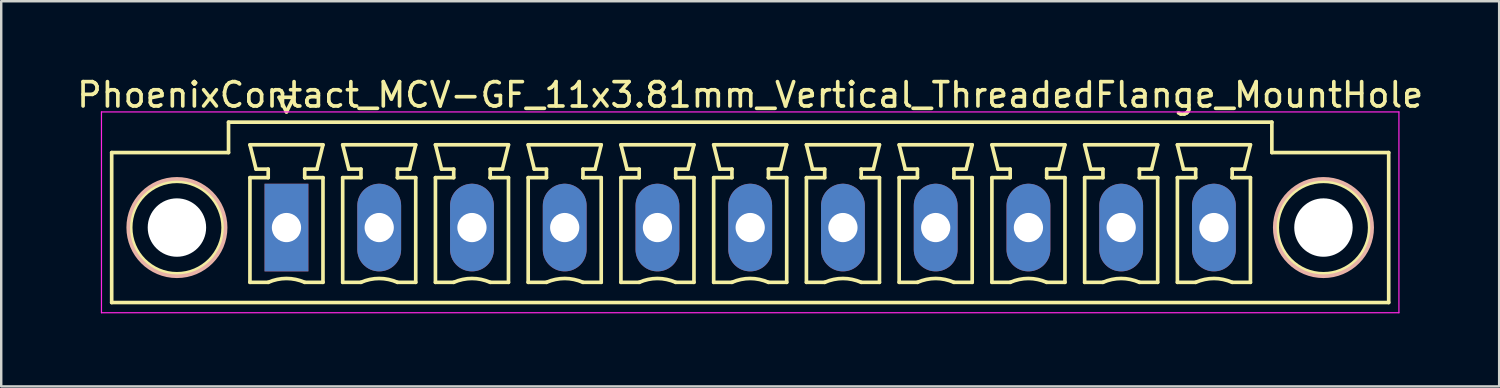
<source format=kicad_pcb>
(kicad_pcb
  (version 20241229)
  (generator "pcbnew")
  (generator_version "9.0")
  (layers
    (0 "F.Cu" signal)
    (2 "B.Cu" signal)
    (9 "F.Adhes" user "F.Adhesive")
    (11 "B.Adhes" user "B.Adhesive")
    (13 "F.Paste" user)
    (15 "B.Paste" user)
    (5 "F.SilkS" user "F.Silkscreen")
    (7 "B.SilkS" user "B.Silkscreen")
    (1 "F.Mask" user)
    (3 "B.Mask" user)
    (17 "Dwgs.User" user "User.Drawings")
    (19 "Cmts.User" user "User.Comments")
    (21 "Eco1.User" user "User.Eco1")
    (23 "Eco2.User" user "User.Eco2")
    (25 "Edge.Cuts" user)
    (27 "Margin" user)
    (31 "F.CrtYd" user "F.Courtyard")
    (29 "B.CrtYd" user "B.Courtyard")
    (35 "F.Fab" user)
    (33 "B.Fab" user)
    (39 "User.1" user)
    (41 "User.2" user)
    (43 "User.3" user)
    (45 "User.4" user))
  (footprint "PhoenixContact_MCV-GF_11x3.81mm_Vertical_ThreadedFlange_MountHole"
    (layer "F.Cu")
    (at 8.718 6.298)
    (property "Reference" "PhoenixContact_MCV-GF_11x3.81mm_Vertical_ThreadedFlange_MountHole" (at 19.05 -5.45 0) (layer "F.SilkS") (effects (font (size 1 1) (thickness 0.15))))
    (attr through_hole)
    (fp_line (start -7.18 -3.08) (end -7.18 3.08) (stroke (width 0.15) (type solid)) (layer "F.SilkS"))
    (fp_line (start -7.18 3.08) (end 45.28 3.08) (stroke (width 0.15) (type solid)) (layer "F.SilkS"))
    (fp_line (start -2.38 -4.33) (end -2.38 -3.08) (stroke (width 0.15) (type solid)) (layer "F.SilkS"))
    (fp_line (start -2.38 -3.08) (end -7.18 -3.08) (stroke (width 0.15) (type solid)) (layer "F.SilkS"))
    (fp_line (start -1.5 -3.4) (end 1.5 -3.4) (stroke (width 0.15) (type solid)) (layer "F.SilkS"))
    (fp_line (start -1.5 -2.05) (end -0.75 -2.05) (stroke (width 0.15) (type solid)) (layer "F.SilkS"))
    (fp_line (start -1.5 2.25) (end -1.5 -2.05) (stroke (width 0.15) (type solid)) (layer "F.SilkS"))
    (fp_line (start -1.25 -2.4) (end -1.5 -3.4) (stroke (width 0.15) (type solid)) (layer "F.SilkS"))
    (fp_line (start -0.75 -2.4) (end -1.25 -2.4) (stroke (width 0.15) (type solid)) (layer "F.SilkS"))
    (fp_line (start -0.75 -2.05) (end -0.75 -2.4) (stroke (width 0.15) (type solid)) (layer "F.SilkS"))
    (fp_line (start -0.75 2.25) (end -1.5 2.25) (stroke (width 0.15) (type solid)) (layer "F.SilkS"))
    (fp_line (start -0.3 -5.35) (end 0 -4.75) (stroke (width 0.15) (type solid)) (layer "F.SilkS"))
    (fp_line (start 0 -4.75) (end 0.3 -5.35) (stroke (width 0.15) (type solid)) (layer "F.SilkS"))
    (fp_line (start 0.3 -5.35) (end -0.3 -5.35) (stroke (width 0.15) (type solid)) (layer "F.SilkS"))
    (fp_line (start 0.75 -2.4) (end 0.75 -2.05) (stroke (width 0.15) (type solid)) (layer "F.SilkS"))
    (fp_line (start 0.75 -2.05) (end 0.75 -2.05) (stroke (width 0.15) (type solid)) (layer "F.SilkS"))
    (fp_line (start 0.75 -2.05) (end 1.5 -2.05) (stroke (width 0.15) (type solid)) (layer "F.SilkS"))
    (fp_line (start 1.25 -2.4) (end 0.75 -2.4) (stroke (width 0.15) (type solid)) (layer "F.SilkS"))
    (fp_line (start 1.5 -3.4) (end 1.25 -2.4) (stroke (width 0.15) (type solid)) (layer "F.SilkS"))
    (fp_line (start 1.5 -2.05) (end 1.5 2.25) (stroke (width 0.15) (type solid)) (layer "F.SilkS"))
    (fp_line (start 1.5 2.25) (end 0.75 2.25) (stroke (width 0.15) (type solid)) (layer "F.SilkS"))
    (fp_line (start 2.31 -3.4) (end 5.31 -3.4) (stroke (width 0.15) (type solid)) (layer "F.SilkS"))
    (fp_line (start 2.31 -2.05) (end 3.06 -2.05) (stroke (width 0.15) (type solid)) (layer "F.SilkS"))
    (fp_line (start 2.31 2.25) (end 2.31 -2.05) (stroke (width 0.15) (type solid)) (layer "F.SilkS"))
    (fp_line (start 2.56 -2.4) (end 2.31 -3.4) (stroke (width 0.15) (type solid)) (layer "F.SilkS"))
    (fp_line (start 3.06 -2.4) (end 2.56 -2.4) (stroke (width 0.15) (type solid)) (layer "F.SilkS"))
    (fp_line (start 3.06 -2.05) (end 3.06 -2.4) (stroke (width 0.15) (type solid)) (layer "F.SilkS"))
    (fp_line (start 3.06 2.25) (end 2.31 2.25) (stroke (width 0.15) (type solid)) (layer "F.SilkS"))
    (fp_line (start 4.56 -2.4) (end 4.56 -2.05) (stroke (width 0.15) (type solid)) (layer "F.SilkS"))
    (fp_line (start 4.56 -2.05) (end 4.56 -2.05) (stroke (width 0.15) (type solid)) (layer "F.SilkS"))
    (fp_line (start 4.56 -2.05) (end 5.31 -2.05) (stroke (width 0.15) (type solid)) (layer "F.SilkS"))
    (fp_line (start 5.06 -2.4) (end 4.56 -2.4) (stroke (width 0.15) (type solid)) (layer "F.SilkS"))
    (fp_line (start 5.31 -3.4) (end 5.06 -2.4) (stroke (width 0.15) (type solid)) (layer "F.SilkS"))
    (fp_line (start 5.31 -2.05) (end 5.31 2.25) (stroke (width 0.15) (type solid)) (layer "F.SilkS"))
    (fp_line (start 5.31 2.25) (end 4.56 2.25) (stroke (width 0.15) (type solid)) (layer "F.SilkS"))
    (fp_line (start 6.12 -3.4) (end 9.12 -3.4) (stroke (width 0.15) (type solid)) (layer "F.SilkS"))
    (fp_line (start 6.12 -2.05) (end 6.87 -2.05) (stroke (width 0.15) (type solid)) (layer "F.SilkS"))
    (fp_line (start 6.12 2.25) (end 6.12 -2.05) (stroke (width 0.15) (type solid)) (layer "F.SilkS"))
    (fp_line (start 6.37 -2.4) (end 6.12 -3.4) (stroke (width 0.15) (type solid)) (layer "F.SilkS"))
    (fp_line (start 6.87 -2.4) (end 6.37 -2.4) (stroke (width 0.15) (type solid)) (layer "F.SilkS"))
    (fp_line (start 6.87 -2.05) (end 6.87 -2.4) (stroke (width 0.15) (type solid)) (layer "F.SilkS"))
    (fp_line (start 6.87 2.25) (end 6.12 2.25) (stroke (width 0.15) (type solid)) (layer "F.SilkS"))
    (fp_line (start 8.37 -2.4) (end 8.37 -2.05) (stroke (width 0.15) (type solid)) (layer "F.SilkS"))
    (fp_line (start 8.37 -2.05) (end 8.37 -2.05) (stroke (width 0.15) (type solid)) (layer "F.SilkS"))
    (fp_line (start 8.37 -2.05) (end 9.12 -2.05) (stroke (width 0.15) (type solid)) (layer "F.SilkS"))
    (fp_line (start 8.87 -2.4) (end 8.37 -2.4) (stroke (width 0.15) (type solid)) (layer "F.SilkS"))
    (fp_line (start 9.12 -3.4) (end 8.87 -2.4) (stroke (width 0.15) (type solid)) (layer "F.SilkS"))
    (fp_line (start 9.12 -2.05) (end 9.12 2.25) (stroke (width 0.15) (type solid)) (layer "F.SilkS"))
    (fp_line (start 9.12 2.25) (end 8.37 2.25) (stroke (width 0.15) (type solid)) (layer "F.SilkS"))
    (fp_line (start 9.93 -3.4) (end 12.93 -3.4) (stroke (width 0.15) (type solid)) (layer "F.SilkS"))
    (fp_line (start 9.93 -2.05) (end 10.68 -2.05) (stroke (width 0.15) (type solid)) (layer "F.SilkS"))
    (fp_line (start 9.93 2.25) (end 9.93 -2.05) (stroke (width 0.15) (type solid)) (layer "F.SilkS"))
    (fp_line (start 10.18 -2.4) (end 9.93 -3.4) (stroke (width 0.15) (type solid)) (layer "F.SilkS"))
    (fp_line (start 10.68 -2.4) (end 10.18 -2.4) (stroke (width 0.15) (type solid)) (layer "F.SilkS"))
    (fp_line (start 10.68 -2.05) (end 10.68 -2.4) (stroke (width 0.15) (type solid)) (layer "F.SilkS"))
    (fp_line (start 10.68 2.25) (end 9.93 2.25) (stroke (width 0.15) (type solid)) (layer "F.SilkS"))
    (fp_line (start 12.18 -2.4) (end 12.18 -2.05) (stroke (width 0.15) (type solid)) (layer "F.SilkS"))
    (fp_line (start 12.18 -2.05) (end 12.18 -2.05) (stroke (width 0.15) (type solid)) (layer "F.SilkS"))
    (fp_line (start 12.18 -2.05) (end 12.93 -2.05) (stroke (width 0.15) (type solid)) (layer "F.SilkS"))
    (fp_line (start 12.68 -2.4) (end 12.18 -2.4) (stroke (width 0.15) (type solid)) (layer "F.SilkS"))
    (fp_line (start 12.93 -3.4) (end 12.68 -2.4) (stroke (width 0.15) (type solid)) (layer "F.SilkS"))
    (fp_line (start 12.93 -2.05) (end 12.93 2.25) (stroke (width 0.15) (type solid)) (layer "F.SilkS"))
    (fp_line (start 12.93 2.25) (end 12.18 2.25) (stroke (width 0.15) (type solid)) (layer "F.SilkS"))
    (fp_line (start 13.74 -3.4) (end 16.74 -3.4) (stroke (width 0.15) (type solid)) (layer "F.SilkS"))
    (fp_line (start 13.74 -2.05) (end 14.49 -2.05) (stroke (width 0.15) (type solid)) (layer "F.SilkS"))
    (fp_line (start 13.74 2.25) (end 13.74 -2.05) (stroke (width 0.15) (type solid)) (layer "F.SilkS"))
    (fp_line (start 13.99 -2.4) (end 13.74 -3.4) (stroke (width 0.15) (type solid)) (layer "F.SilkS"))
    (fp_line (start 14.49 -2.4) (end 13.99 -2.4) (stroke (width 0.15) (type solid)) (layer "F.SilkS"))
    (fp_line (start 14.49 -2.05) (end 14.49 -2.4) (stroke (width 0.15) (type solid)) (layer "F.SilkS"))
    (fp_line (start 14.49 2.25) (end 13.74 2.25) (stroke (width 0.15) (type solid)) (layer "F.SilkS"))
    (fp_line (start 15.99 -2.4) (end 15.99 -2.05) (stroke (width 0.15) (type solid)) (layer "F.SilkS"))
    (fp_line (start 15.99 -2.05) (end 15.99 -2.05) (stroke (width 0.15) (type solid)) (layer "F.SilkS"))
    (fp_line (start 15.99 -2.05) (end 16.74 -2.05) (stroke (width 0.15) (type solid)) (layer "F.SilkS"))
    (fp_line (start 16.49 -2.4) (end 15.99 -2.4) (stroke (width 0.15) (type solid)) (layer "F.SilkS"))
    (fp_line (start 16.74 -3.4) (end 16.49 -2.4) (stroke (width 0.15) (type solid)) (layer "F.SilkS"))
    (fp_line (start 16.74 -2.05) (end 16.74 2.25) (stroke (width 0.15) (type solid)) (layer "F.SilkS"))
    (fp_line (start 16.74 2.25) (end 15.99 2.25) (stroke (width 0.15) (type solid)) (layer "F.SilkS"))
    (fp_line (start 17.55 -3.4) (end 20.55 -3.4) (stroke (width 0.15) (type solid)) (layer "F.SilkS"))
    (fp_line (start 17.55 -2.05) (end 18.3 -2.05) (stroke (width 0.15) (type solid)) (layer "F.SilkS"))
    (fp_line (start 17.55 2.25) (end 17.55 -2.05) (stroke (width 0.15) (type solid)) (layer "F.SilkS"))
    (fp_line (start 17.8 -2.4) (end 17.55 -3.4) (stroke (width 0.15) (type solid)) (layer "F.SilkS"))
    (fp_line (start 18.3 -2.4) (end 17.8 -2.4) (stroke (width 0.15) (type solid)) (layer "F.SilkS"))
    (fp_line (start 18.3 -2.05) (end 18.3 -2.4) (stroke (width 0.15) (type solid)) (layer "F.SilkS"))
    (fp_line (start 18.3 2.25) (end 17.55 2.25) (stroke (width 0.15) (type solid)) (layer "F.SilkS"))
    (fp_line (start 19.8 -2.4) (end 19.8 -2.05) (stroke (width 0.15) (type solid)) (layer "F.SilkS"))
    (fp_line (start 19.8 -2.05) (end 19.8 -2.05) (stroke (width 0.15) (type solid)) (layer "F.SilkS"))
    (fp_line (start 19.8 -2.05) (end 20.55 -2.05) (stroke (width 0.15) (type solid)) (layer "F.SilkS"))
    (fp_line (start 20.3 -2.4) (end 19.8 -2.4) (stroke (width 0.15) (type solid)) (layer "F.SilkS"))
    (fp_line (start 20.55 -3.4) (end 20.3 -2.4) (stroke (width 0.15) (type solid)) (layer "F.SilkS"))
    (fp_line (start 20.55 -2.05) (end 20.55 2.25) (stroke (width 0.15) (type solid)) (layer "F.SilkS"))
    (fp_line (start 20.55 2.25) (end 19.8 2.25) (stroke (width 0.15) (type solid)) (layer "F.SilkS"))
    (fp_line (start 21.36 -3.4) (end 24.36 -3.4) (stroke (width 0.15) (type solid)) (layer "F.SilkS"))
    (fp_line (start 21.36 -2.05) (end 22.11 -2.05) (stroke (width 0.15) (type solid)) (layer "F.SilkS"))
    (fp_line (start 21.36 2.25) (end 21.36 -2.05) (stroke (width 0.15) (type solid)) (layer "F.SilkS"))
    (fp_line (start 21.61 -2.4) (end 21.36 -3.4) (stroke (width 0.15) (type solid)) (layer "F.SilkS"))
    (fp_line (start 22.11 -2.4) (end 21.61 -2.4) (stroke (width 0.15) (type solid)) (layer "F.SilkS"))
    (fp_line (start 22.11 -2.05) (end 22.11 -2.4) (stroke (width 0.15) (type solid)) (layer "F.SilkS"))
    (fp_line (start 22.11 2.25) (end 21.36 2.25) (stroke (width 0.15) (type solid)) (layer "F.SilkS"))
    (fp_line (start 23.61 -2.4) (end 23.61 -2.05) (stroke (width 0.15) (type solid)) (layer "F.SilkS"))
    (fp_line (start 23.61 -2.05) (end 23.61 -2.05) (stroke (width 0.15) (type solid)) (layer "F.SilkS"))
    (fp_line (start 23.61 -2.05) (end 24.36 -2.05) (stroke (width 0.15) (type solid)) (layer "F.SilkS"))
    (fp_line (start 24.11 -2.4) (end 23.61 -2.4) (stroke (width 0.15) (type solid)) (layer "F.SilkS"))
    (fp_line (start 24.36 -3.4) (end 24.11 -2.4) (stroke (width 0.15) (type solid)) (layer "F.SilkS"))
    (fp_line (start 24.36 -2.05) (end 24.36 2.25) (stroke (width 0.15) (type solid)) (layer "F.SilkS"))
    (fp_line (start 24.36 2.25) (end 23.61 2.25) (stroke (width 0.15) (type solid)) (layer "F.SilkS"))
    (fp_line (start 25.17 -3.4) (end 28.17 -3.4) (stroke (width 0.15) (type solid)) (layer "F.SilkS"))
    (fp_line (start 25.17 -2.05) (end 25.92 -2.05) (stroke (width 0.15) (type solid)) (layer "F.SilkS"))
    (fp_line (start 25.17 2.25) (end 25.17 -2.05) (stroke (width 0.15) (type solid)) (layer "F.SilkS"))
    (fp_line (start 25.42 -2.4) (end 25.17 -3.4) (stroke (width 0.15) (type solid)) (layer "F.SilkS"))
    (fp_line (start 25.92 -2.4) (end 25.42 -2.4) (stroke (width 0.15) (type solid)) (layer "F.SilkS"))
    (fp_line (start 25.92 -2.05) (end 25.92 -2.4) (stroke (width 0.15) (type solid)) (layer "F.SilkS"))
    (fp_line (start 25.92 2.25) (end 25.17 2.25) (stroke (width 0.15) (type solid)) (layer "F.SilkS"))
    (fp_line (start 27.42 -2.4) (end 27.42 -2.05) (stroke (width 0.15) (type solid)) (layer "F.SilkS"))
    (fp_line (start 27.42 -2.05) (end 27.42 -2.05) (stroke (width 0.15) (type solid)) (layer "F.SilkS"))
    (fp_line (start 27.42 -2.05) (end 28.17 -2.05) (stroke (width 0.15) (type solid)) (layer "F.SilkS"))
    (fp_line (start 27.92 -2.4) (end 27.42 -2.4) (stroke (width 0.15) (type solid)) (layer "F.SilkS"))
    (fp_line (start 28.17 -3.4) (end 27.92 -2.4) (stroke (width 0.15) (type solid)) (layer "F.SilkS"))
    (fp_line (start 28.17 -2.05) (end 28.17 2.25) (stroke (width 0.15) (type solid)) (layer "F.SilkS"))
    (fp_line (start 28.17 2.25) (end 27.42 2.25) (stroke (width 0.15) (type solid)) (layer "F.SilkS"))
    (fp_line (start 28.98 -3.4) (end 31.98 -3.4) (stroke (width 0.15) (type solid)) (layer "F.SilkS"))
    (fp_line (start 28.98 -2.05) (end 29.73 -2.05) (stroke (width 0.15) (type solid)) (layer "F.SilkS"))
    (fp_line (start 28.98 2.25) (end 28.98 -2.05) (stroke (width 0.15) (type solid)) (layer "F.SilkS"))
    (fp_line (start 29.23 -2.4) (end 28.98 -3.4) (stroke (width 0.15) (type solid)) (layer "F.SilkS"))
    (fp_line (start 29.73 -2.4) (end 29.23 -2.4) (stroke (width 0.15) (type solid)) (layer "F.SilkS"))
    (fp_line (start 29.73 -2.05) (end 29.73 -2.4) (stroke (width 0.15) (type solid)) (layer "F.SilkS"))
    (fp_line (start 29.73 2.25) (end 28.98 2.25) (stroke (width 0.15) (type solid)) (layer "F.SilkS"))
    (fp_line (start 31.23 -2.4) (end 31.23 -2.05) (stroke (width 0.15) (type solid)) (layer "F.SilkS"))
    (fp_line (start 31.23 -2.05) (end 31.23 -2.05) (stroke (width 0.15) (type solid)) (layer "F.SilkS"))
    (fp_line (start 31.23 -2.05) (end 31.98 -2.05) (stroke (width 0.15) (type solid)) (layer "F.SilkS"))
    (fp_line (start 31.73 -2.4) (end 31.23 -2.4) (stroke (width 0.15) (type solid)) (layer "F.SilkS"))
    (fp_line (start 31.98 -3.4) (end 31.73 -2.4) (stroke (width 0.15) (type solid)) (layer "F.SilkS"))
    (fp_line (start 31.98 -2.05) (end 31.98 2.25) (stroke (width 0.15) (type solid)) (layer "F.SilkS"))
    (fp_line (start 31.98 2.25) (end 31.23 2.25) (stroke (width 0.15) (type solid)) (layer "F.SilkS"))
    (fp_line (start 32.79 -3.4) (end 35.79 -3.4) (stroke (width 0.15) (type solid)) (layer "F.SilkS"))
    (fp_line (start 32.79 -2.05) (end 33.54 -2.05) (stroke (width 0.15) (type solid)) (layer "F.SilkS"))
    (fp_line (start 32.79 2.25) (end 32.79 -2.05) (stroke (width 0.15) (type solid)) (layer "F.SilkS"))
    (fp_line (start 33.04 -2.4) (end 32.79 -3.4) (stroke (width 0.15) (type solid)) (layer "F.SilkS"))
    (fp_line (start 33.54 -2.4) (end 33.04 -2.4) (stroke (width 0.15) (type solid)) (layer "F.SilkS"))
    (fp_line (start 33.54 -2.05) (end 33.54 -2.4) (stroke (width 0.15) (type solid)) (layer "F.SilkS"))
    (fp_line (start 33.54 2.25) (end 32.79 2.25) (stroke (width 0.15) (type solid)) (layer "F.SilkS"))
    (fp_line (start 35.04 -2.4) (end 35.04 -2.05) (stroke (width 0.15) (type solid)) (layer "F.SilkS"))
    (fp_line (start 35.04 -2.05) (end 35.04 -2.05) (stroke (width 0.15) (type solid)) (layer "F.SilkS"))
    (fp_line (start 35.04 -2.05) (end 35.79 -2.05) (stroke (width 0.15) (type solid)) (layer "F.SilkS"))
    (fp_line (start 35.54 -2.4) (end 35.04 -2.4) (stroke (width 0.15) (type solid)) (layer "F.SilkS"))
    (fp_line (start 35.79 -3.4) (end 35.54 -2.4) (stroke (width 0.15) (type solid)) (layer "F.SilkS"))
    (fp_line (start 35.79 -2.05) (end 35.79 2.25) (stroke (width 0.15) (type solid)) (layer "F.SilkS"))
    (fp_line (start 35.79 2.25) (end 35.04 2.25) (stroke (width 0.15) (type solid)) (layer "F.SilkS"))
    (fp_line (start 36.6 -3.4) (end 39.6 -3.4) (stroke (width 0.15) (type solid)) (layer "F.SilkS"))
    (fp_line (start 36.6 -2.05) (end 37.35 -2.05) (stroke (width 0.15) (type solid)) (layer "F.SilkS"))
    (fp_line (start 36.6 2.25) (end 36.6 -2.05) (stroke (width 0.15) (type solid)) (layer "F.SilkS"))
    (fp_line (start 36.85 -2.4) (end 36.6 -3.4) (stroke (width 0.15) (type solid)) (layer "F.SilkS"))
    (fp_line (start 37.35 -2.4) (end 36.85 -2.4) (stroke (width 0.15) (type solid)) (layer "F.SilkS"))
    (fp_line (start 37.35 -2.05) (end 37.35 -2.4) (stroke (width 0.15) (type solid)) (layer "F.SilkS"))
    (fp_line (start 37.35 2.25) (end 36.6 2.25) (stroke (width 0.15) (type solid)) (layer "F.SilkS"))
    (fp_line (start 38.85 -2.4) (end 38.85 -2.05) (stroke (width 0.15) (type solid)) (layer "F.SilkS"))
    (fp_line (start 38.85 -2.05) (end 38.85 -2.05) (stroke (width 0.15) (type solid)) (layer "F.SilkS"))
    (fp_line (start 38.85 -2.05) (end 39.6 -2.05) (stroke (width 0.15) (type solid)) (layer "F.SilkS"))
    (fp_line (start 39.35 -2.4) (end 38.85 -2.4) (stroke (width 0.15) (type solid)) (layer "F.SilkS"))
    (fp_line (start 39.6 -3.4) (end 39.35 -2.4) (stroke (width 0.15) (type solid)) (layer "F.SilkS"))
    (fp_line (start 39.6 -2.05) (end 39.6 2.25) (stroke (width 0.15) (type solid)) (layer "F.SilkS"))
    (fp_line (start 39.6 2.25) (end 38.85 2.25) (stroke (width 0.15) (type solid)) (layer "F.SilkS"))
    (fp_line (start 40.48 -4.33) (end -2.38 -4.33) (stroke (width 0.15) (type solid)) (layer "F.SilkS"))
    (fp_line (start 40.48 -3.08) (end 40.48 -4.33) (stroke (width 0.15) (type solid)) (layer "F.SilkS"))
    (fp_line (start 45.28 -3.08) (end 40.48 -3.08) (stroke (width 0.15) (type solid)) (layer "F.SilkS"))
    (fp_line (start 45.28 3.08) (end 45.28 -3.08) (stroke (width 0.15) (type solid)) (layer "F.SilkS"))
    (fp_arc (start -0.75 2.25) (mid -0.000193 2.09191) (end 0.749647 2.249844) (stroke (width 0.15) (type solid)) (layer "F.SilkS"))
    (fp_arc (start 3.06 2.25) (mid 3.809807 2.09191) (end 4.559647 2.249844) (stroke (width 0.15) (type solid)) (layer "F.SilkS"))
    (fp_arc (start 6.87 2.25) (mid 7.619807 2.09191) (end 8.369647 2.249844) (stroke (width 0.15) (type solid)) (layer "F.SilkS"))
    (fp_arc (start 10.68 2.25) (mid 11.429807 2.09191) (end 12.179647 2.249844) (stroke (width 0.15) (type solid)) (layer "F.SilkS"))
    (fp_arc (start 14.49 2.25) (mid 15.239807 2.09191) (end 15.989647 2.249844) (stroke (width 0.15) (type solid)) (layer "F.SilkS"))
    (fp_arc (start 18.3 2.25) (mid 19.049807 2.09191) (end 19.799647 2.249844) (stroke (width 0.15) (type solid)) (layer "F.SilkS"))
    (fp_arc (start 22.11 2.25) (mid 22.859807 2.09191) (end 23.609647 2.249844) (stroke (width 0.15) (type solid)) (layer "F.SilkS"))
    (fp_arc (start 25.92 2.25) (mid 26.669807 2.09191) (end 27.419647 2.249844) (stroke (width 0.15) (type solid)) (layer "F.SilkS"))
    (fp_arc (start 29.73 2.25) (mid 30.479807 2.09191) (end 31.229647 2.249844) (stroke (width 0.15) (type solid)) (layer "F.SilkS"))
    (fp_arc (start 33.54 2.25) (mid 34.289807 2.09191) (end 35.039647 2.249844) (stroke (width 0.15) (type solid)) (layer "F.SilkS"))
    (fp_arc (start 37.35 2.25) (mid 38.099807 2.09191) (end 38.849647 2.249844) (stroke (width 0.15) (type solid)) (layer "F.SilkS"))
    (fp_circle (center -4.5 0) (end -2.6 0) (stroke (width 0.15) (type solid)) (fill no) (layer "F.SilkS"))
    (fp_circle (center 42.6 0) (end 44.5 0) (stroke (width 0.15) (type solid)) (fill no) (layer "F.SilkS"))
    (fp_circle (center -4.5 0) (end -2.5 0) (stroke (width 0.15) (type solid)) (fill no) (layer "B.SilkS"))
    (fp_circle (center 42.6 0) (end 44.6 0) (stroke (width 0.15) (type solid)) (fill no) (layer "B.SilkS"))
    (fp_line (start -7.6 -4.75) (end -7.6 3.5) (stroke (width 0.05) (type solid)) (layer "F.CrtYd"))
    (fp_line (start -7.6 3.5) (end 45.7 3.5) (stroke (width 0.05) (type solid)) (layer "F.CrtYd"))
    (fp_line (start 45.7 -4.75) (end -7.6 -4.75) (stroke (width 0.05) (type solid)) (layer "F.CrtYd"))
    (fp_line (start 45.7 3.5) (end 45.7 -4.75) (stroke (width 0.05) (type solid)) (layer "F.CrtYd"))
    (pad "" np_thru_hole circle (at -4.5 0) (size 2.4 2.4) (drill 2.4) (layers "*.Cu" "*.Mask"))
    (pad "" np_thru_hole circle (at 42.6 0) (size 2.4 2.4) (drill 2.4) (layers "*.Cu" "*.Mask"))
    (pad "1" thru_hole rect (at 0 0) (size 1.8 3.6) (drill 1.2) (layers "*.Cu" "*.Mask"))
    (pad "2" thru_hole oval (at 3.81 0) (size 1.8 3.6) (drill 1.2) (layers "*.Cu" "*.Mask"))
    (pad "3" thru_hole oval (at 7.62 0) (size 1.8 3.6) (drill 1.2) (layers "*.Cu" "*.Mask"))
    (pad "4" thru_hole oval (at 11.43 0) (size 1.8 3.6) (drill 1.2) (layers "*.Cu" "*.Mask"))
    (pad "5" thru_hole oval (at 15.24 0) (size 1.8 3.6) (drill 1.2) (layers "*.Cu" "*.Mask"))
    (pad "6" thru_hole oval (at 19.05 0) (size 1.8 3.6) (drill 1.2) (layers "*.Cu" "*.Mask"))
    (pad "7" thru_hole oval (at 22.86 0) (size 1.8 3.6) (drill 1.2) (layers "*.Cu" "*.Mask"))
    (pad "8" thru_hole oval (at 26.67 0) (size 1.8 3.6) (drill 1.2) (layers "*.Cu" "*.Mask"))
    (pad "9" thru_hole oval (at 30.48 0) (size 1.8 3.6) (drill 1.2) (layers "*.Cu" "*.Mask"))
    (pad "10" thru_hole oval (at 34.29 0) (size 1.8 3.6) (drill 1.2) (layers "*.Cu" "*.Mask"))
    (pad "11" thru_hole oval (at 38.1 0) (size 1.8 3.6) (drill 1.2) (layers "*.Cu" "*.Mask")))
  (gr_rect
    (start -3 -3)
    (end 58.536 12.823)
    (stroke (width 0.1) (type default))
    (fill no)
    (layer "Edge.Cuts")))
</source>
